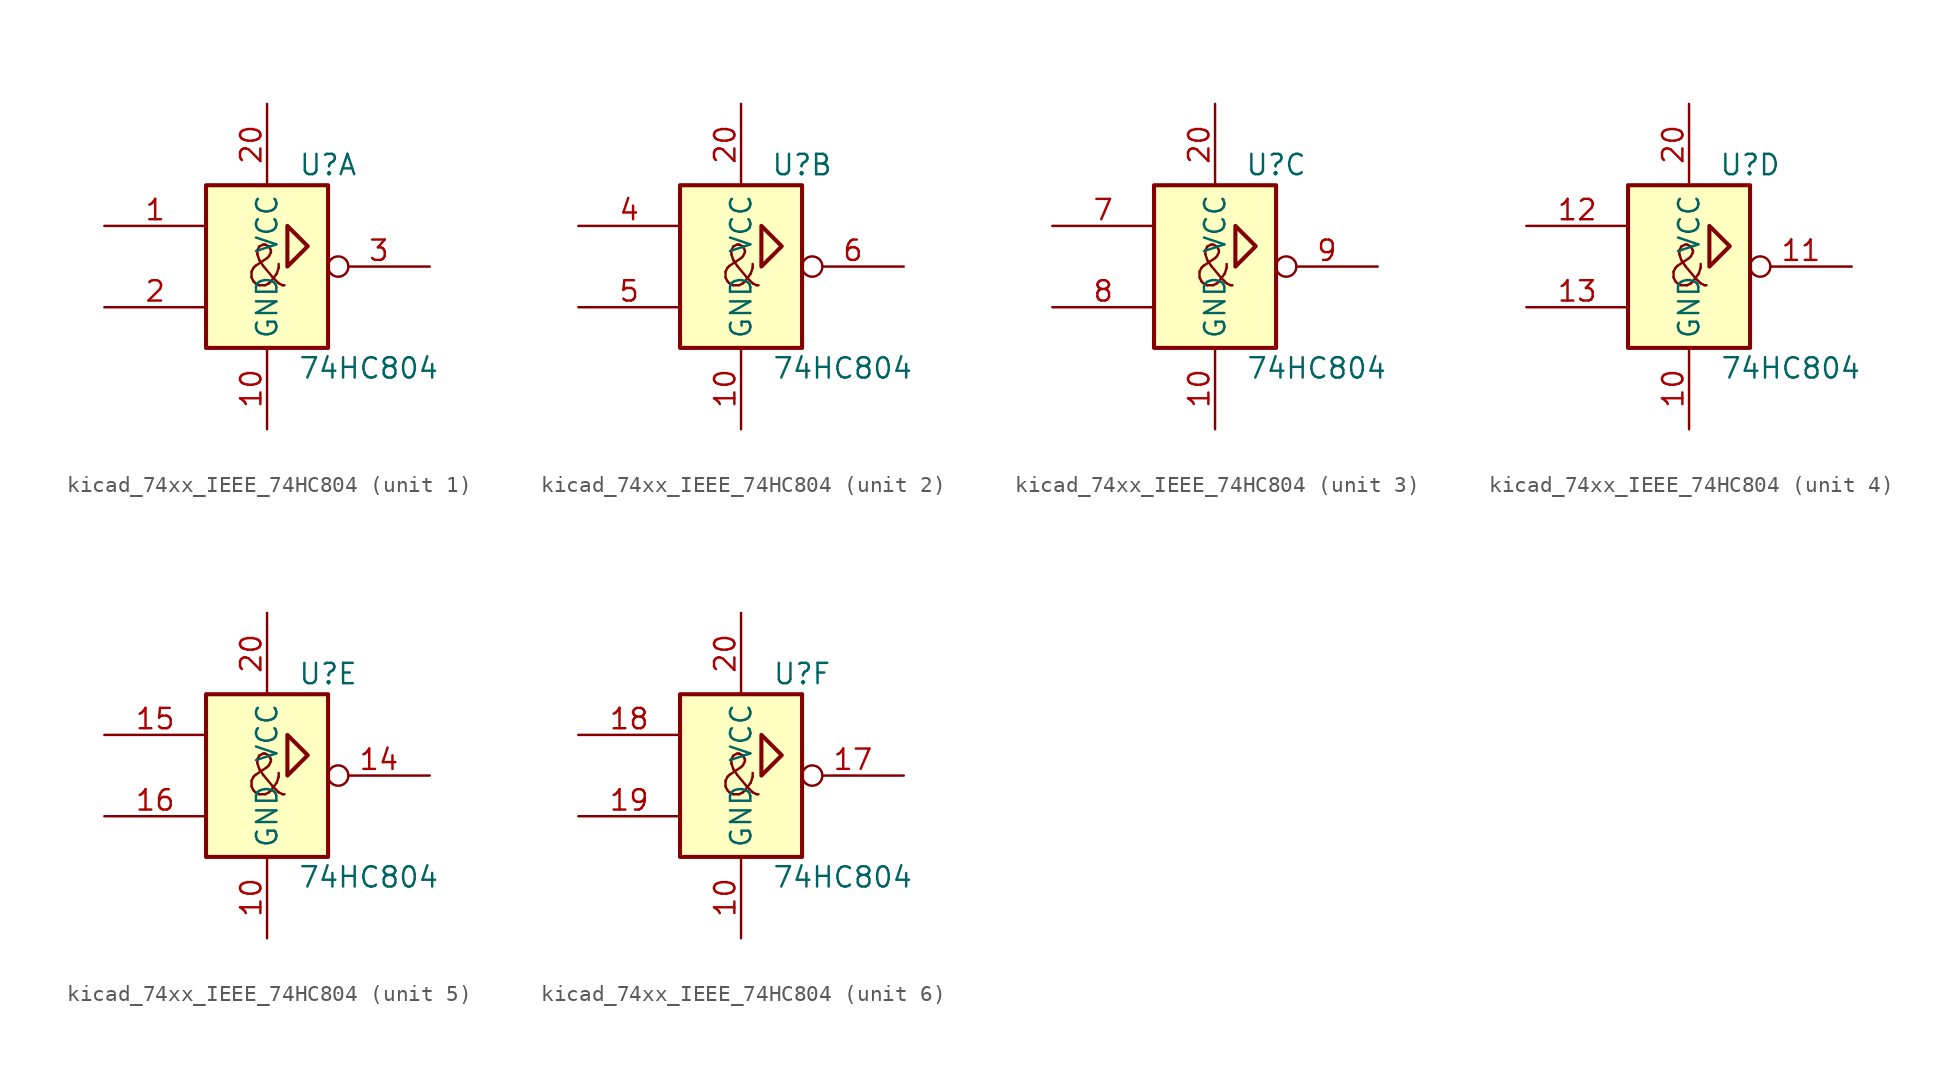
<source format=kicad_sym>
(kicad_symbol_lib
  (version 20220914)
  (generator kicad_symbol_editor)
  (symbol "kicad_74xx_IEEE_74HC804"
    (property "Reference" "U"
      (at 3.81 6.35 0)
      (effects (font (size 1.27 1.27))))
    (property "Value" "74HC804"
      (at 6.35 -6.35 0)
      (effects (font (size 1.27 1.27))))
    (symbol "kicad_74xx_IEEE_74HC804_0_1"
      (rectangle (start -3.81 5.08) (end 3.81 -5.08) (stroke (width 0.254) (type default)) (fill (type background)))
      (polyline (pts (xy 1.27 0) (xy 1.27 2.54) (xy 2.54 1.27) (xy 1.27 0) (xy 1.27 0)) (stroke (width 0.254) (type default)) (fill (type background)))
      (text "&" (at 0 0 0) (effects (font (size 2.54 2.54))))
      (pin power_in line (at 0 -10.16 90) (length 5.08) (name "GND" (effects (font (size 1.27 1.27)))) (number "10" (effects (font (size 1.27 1.27)))))
      (pin power_in line (at 0 10.16 270) (length 5.08) (name "VCC" (effects (font (size 1.27 1.27)))) (number "20" (effects (font (size 1.27 1.27))))))
    (symbol "kicad_74xx_IEEE_74HC804_1_1"
      (pin input line (at -10.16 2.54 0) (length 6.35) (name "~" (effects (font (size 1.27 1.27)))) (number "1" (effects (font (size 1.27 1.27)))))
      (pin input line (at -10.16 -2.54 0) (length 6.35) (name "~" (effects (font (size 1.27 1.27)))) (number "2" (effects (font (size 1.27 1.27)))))
      (pin output inverted (at 10.16 0 180) (length 6.35) (name "~" (effects (font (size 1.27 1.27)))) (number "3" (effects (font (size 1.27 1.27))))))
    (symbol "kicad_74xx_IEEE_74HC804_2_1"
      (pin input line (at -10.16 2.54 0) (length 6.35) (name "~" (effects (font (size 1.27 1.27)))) (number "4" (effects (font (size 1.27 1.27)))))
      (pin input line (at -10.16 -2.54 0) (length 6.35) (name "~" (effects (font (size 1.27 1.27)))) (number "5" (effects (font (size 1.27 1.27)))))
      (pin output inverted (at 10.16 0 180) (length 6.35) (name "~" (effects (font (size 1.27 1.27)))) (number "6" (effects (font (size 1.27 1.27))))))
    (symbol "kicad_74xx_IEEE_74HC804_3_1"
      (pin input line (at -10.16 2.54 0) (length 6.35) (name "~" (effects (font (size 1.27 1.27)))) (number "7" (effects (font (size 1.27 1.27)))))
      (pin input line (at -10.16 -2.54 0) (length 6.35) (name "~" (effects (font (size 1.27 1.27)))) (number "8" (effects (font (size 1.27 1.27)))))
      (pin output inverted (at 10.16 0 180) (length 6.35) (name "~" (effects (font (size 1.27 1.27)))) (number "9" (effects (font (size 1.27 1.27))))))
    (symbol "kicad_74xx_IEEE_74HC804_4_1"
      (pin output inverted (at 10.16 0 180) (length 6.35) (name "~" (effects (font (size 1.27 1.27)))) (number "11" (effects (font (size 1.27 1.27)))))
      (pin input line (at -10.16 2.54 0) (length 6.35) (name "~" (effects (font (size 1.27 1.27)))) (number "12" (effects (font (size 1.27 1.27)))))
      (pin input line (at -10.16 -2.54 0) (length 6.35) (name "~" (effects (font (size 1.27 1.27)))) (number "13" (effects (font (size 1.27 1.27))))))
    (symbol "kicad_74xx_IEEE_74HC804_5_1"
      (pin output inverted (at 10.16 0 180) (length 6.35) (name "~" (effects (font (size 1.27 1.27)))) (number "14" (effects (font (size 1.27 1.27)))))
      (pin input line (at -10.16 2.54 0) (length 6.35) (name "~" (effects (font (size 1.27 1.27)))) (number "15" (effects (font (size 1.27 1.27)))))
      (pin input line (at -10.16 -2.54 0) (length 6.35) (name "~" (effects (font (size 1.27 1.27)))) (number "16" (effects (font (size 1.27 1.27))))))
    (symbol "kicad_74xx_IEEE_74HC804_6_1"
      (pin output inverted (at 10.16 0 180) (length 6.35) (name "~" (effects (font (size 1.27 1.27)))) (number "17" (effects (font (size 1.27 1.27)))))
      (pin input line (at -10.16 2.54 0) (length 6.35) (name "~" (effects (font (size 1.27 1.27)))) (number "18" (effects (font (size 1.27 1.27)))))
      (pin input line (at -10.16 -2.54 0) (length 6.35) (name "~" (effects (font (size 1.27 1.27)))) (number "19" (effects (font (size 1.27 1.27))))))))
</source>
